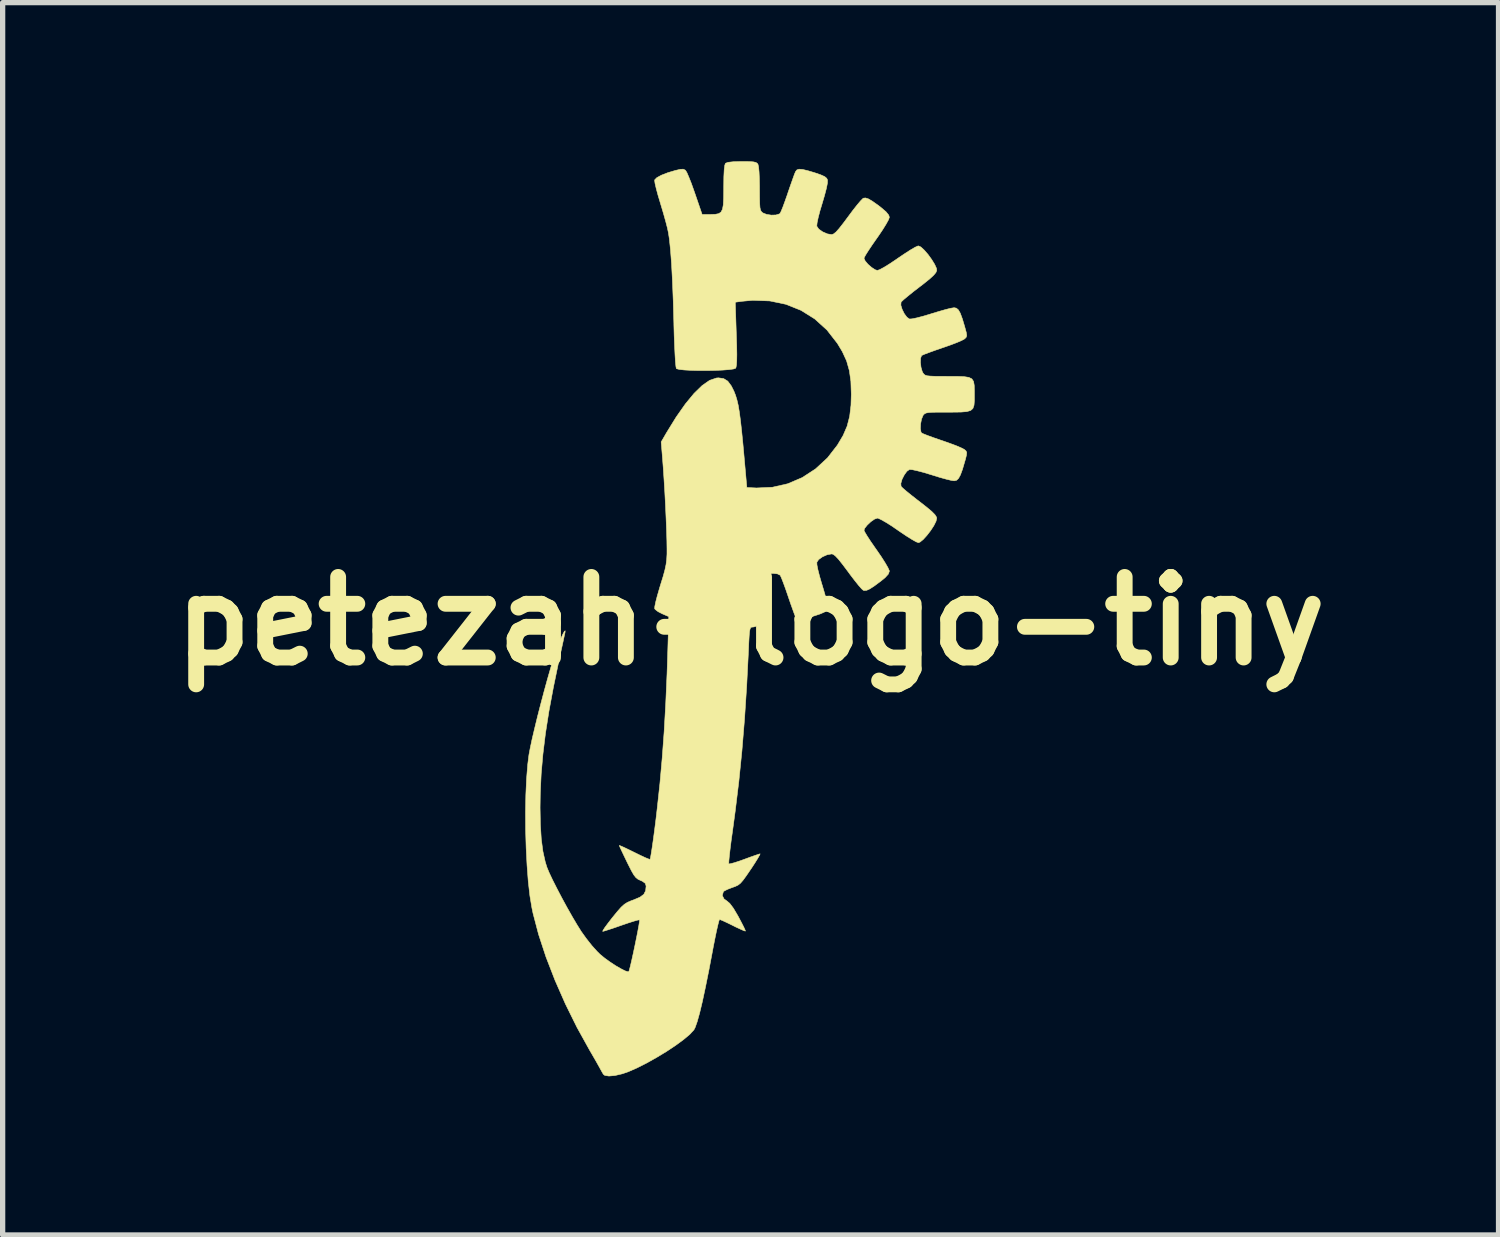
<source format=kicad_pcb>
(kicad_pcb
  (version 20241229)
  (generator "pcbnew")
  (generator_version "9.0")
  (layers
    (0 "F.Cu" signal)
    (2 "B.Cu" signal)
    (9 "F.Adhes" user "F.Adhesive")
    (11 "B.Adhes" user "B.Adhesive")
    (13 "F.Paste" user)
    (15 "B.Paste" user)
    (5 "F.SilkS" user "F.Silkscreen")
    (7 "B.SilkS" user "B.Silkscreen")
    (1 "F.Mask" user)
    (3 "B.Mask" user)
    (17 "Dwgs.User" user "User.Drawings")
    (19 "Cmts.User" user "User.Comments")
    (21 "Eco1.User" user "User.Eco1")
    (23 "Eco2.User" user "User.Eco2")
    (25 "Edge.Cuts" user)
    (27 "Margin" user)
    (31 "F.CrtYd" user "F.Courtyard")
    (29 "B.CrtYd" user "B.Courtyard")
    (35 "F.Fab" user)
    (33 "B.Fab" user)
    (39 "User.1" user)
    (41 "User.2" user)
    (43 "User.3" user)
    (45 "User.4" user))
  (footprint "petezah-logo-tiny"
    (layer "F.Cu")
    (at 11.147 8.697)
    (property "Reference" "petezah-logo-tiny" (at 0 0 0) (layer "F.SilkS") (effects (font (size 1.524 1.524) (thickness 0.3))))
    (attr through_hole)
    (fp_poly (pts (xy -0.036 -8.691) (xy 0.048 -8.686) (xy 0.099 -8.675) (xy 0.127 -8.657) (xy 0.14 -8.638) (xy 0.151 -8.59) (xy 0.16 -8.498) (xy 0.166 -8.372) (xy 0.169 -8.223) (xy 0.169 -8.174) (xy 0.17 -8.014) (xy 0.172 -7.9) (xy 0.177 -7.824) (xy 0.187 -7.776) (xy 0.202 -7.747) (xy 0.224 -7.726) (xy 0.232 -7.72) (xy 0.302 -7.692) (xy 0.392 -7.678) (xy 0.48 -7.681) (xy 0.545 -7.701) (xy 0.558 -7.712) (xy 0.578 -7.751) (xy 0.611 -7.832) (xy 0.652 -7.944) (xy 0.699 -8.077) (xy 0.706 -8.1) (xy 0.753 -8.236) (xy 0.795 -8.355) (xy 0.828 -8.447) (xy 0.849 -8.498) (xy 0.851 -8.502) (xy 0.877 -8.534) (xy 0.918 -8.547) (xy 0.984 -8.542) (xy 1.084 -8.518) (xy 1.212 -8.48) (xy 1.328 -8.44) (xy 1.401 -8.407) (xy 1.44 -8.375) (xy 1.455 -8.342) (xy 1.454 -8.286) (xy 1.434 -8.185) (xy 1.398 -8.048) (xy 1.355 -7.902) (xy 1.312 -7.759) (xy 1.279 -7.632) (xy 1.258 -7.533) (xy 1.252 -7.474) (xy 1.253 -7.467) (xy 1.29 -7.413) (xy 1.363 -7.362) (xy 1.453 -7.323) (xy 1.534 -7.31) (xy 1.568 -7.321) (xy 1.614 -7.357) (xy 1.675 -7.425) (xy 1.758 -7.531) (xy 1.843 -7.645) (xy 1.932 -7.765) (xy 2.014 -7.869) (xy 2.08 -7.947) (xy 2.123 -7.991) (xy 2.132 -7.998) (xy 2.173 -8.003) (xy 2.227 -7.986) (xy 2.301 -7.943) (xy 2.406 -7.869) (xy 2.462 -7.826) (xy 2.561 -7.742) (xy 2.613 -7.678) (xy 2.625 -7.637) (xy 2.609 -7.591) (xy 2.565 -7.511) (xy 2.499 -7.404) (xy 2.417 -7.282) (xy 2.385 -7.237) (xy 2.3 -7.115) (xy 2.228 -7.007) (xy 2.175 -6.923) (xy 2.148 -6.872) (xy 2.145 -6.862) (xy 2.167 -6.812) (xy 2.22 -6.749) (xy 2.29 -6.688) (xy 2.358 -6.644) (xy 2.399 -6.632) (xy 2.444 -6.648) (xy 2.524 -6.691) (xy 2.629 -6.756) (xy 2.749 -6.836) (xy 2.789 -6.864) (xy 2.912 -6.947) (xy 3.022 -7.018) (xy 3.109 -7.069) (xy 3.164 -7.094) (xy 3.174 -7.096) (xy 3.221 -7.075) (xy 3.285 -7.016) (xy 3.357 -6.933) (xy 3.425 -6.839) (xy 3.481 -6.748) (xy 3.516 -6.671) (xy 3.521 -6.632) (xy 3.505 -6.592) (xy 3.461 -6.54) (xy 3.384 -6.469) (xy 3.267 -6.375) (xy 3.192 -6.318) (xy 3.074 -6.227) (xy 2.973 -6.145) (xy 2.895 -6.08) (xy 2.851 -6.038) (xy 2.846 -6.03) (xy 2.842 -5.975) (xy 2.866 -5.897) (xy 2.907 -5.814) (xy 2.957 -5.747) (xy 3.005 -5.713) (xy 3.052 -5.716) (xy 3.141 -5.734) (xy 3.259 -5.765) (xy 3.395 -5.805) (xy 3.419 -5.813) (xy 3.558 -5.855) (xy 3.684 -5.891) (xy 3.783 -5.916) (xy 3.844 -5.926) (xy 3.849 -5.927) (xy 3.893 -5.918) (xy 3.931 -5.885) (xy 3.967 -5.821) (xy 4.005 -5.718) (xy 4.05 -5.568) (xy 4.053 -5.556) (xy 4.079 -5.461) (xy 4.088 -5.405) (xy 4.08 -5.371) (xy 4.055 -5.344) (xy 4.044 -5.335) (xy 3.996 -5.309) (xy 3.907 -5.27) (xy 3.787 -5.224) (xy 3.65 -5.176) (xy 3.623 -5.167) (xy 3.487 -5.12) (xy 3.371 -5.078) (xy 3.284 -5.045) (xy 3.238 -5.024) (xy 3.234 -5.021) (xy 3.216 -4.973) (xy 3.213 -4.893) (xy 3.223 -4.802) (xy 3.246 -4.722) (xy 3.26 -4.694) (xy 3.279 -4.669) (xy 3.303 -4.651) (xy 3.342 -4.639) (xy 3.404 -4.633) (xy 3.5 -4.629) (xy 3.638 -4.629) (xy 3.724 -4.628) (xy 3.905 -4.628) (xy 4.037 -4.623) (xy 4.128 -4.609) (xy 4.185 -4.581) (xy 4.217 -4.533) (xy 4.23 -4.46) (xy 4.233 -4.358) (xy 4.233 -4.29) (xy 4.233 -4.17) (xy 4.226 -4.082) (xy 4.205 -4.021) (xy 4.162 -3.983) (xy 4.09 -3.962) (xy 3.98 -3.953) (xy 3.826 -3.951) (xy 3.724 -3.951) (xy 3.562 -3.951) (xy 3.446 -3.949) (xy 3.369 -3.944) (xy 3.32 -3.935) (xy 3.29 -3.92) (xy 3.269 -3.899) (xy 3.26 -3.885) (xy 3.233 -3.818) (xy 3.216 -3.73) (xy 3.212 -3.642) (xy 3.223 -3.576) (xy 3.234 -3.558) (xy 3.269 -3.541) (xy 3.347 -3.51) (xy 3.457 -3.47) (xy 3.589 -3.424) (xy 3.623 -3.413) (xy 3.762 -3.364) (xy 3.886 -3.318) (xy 3.982 -3.277) (xy 4.039 -3.248) (xy 4.044 -3.245) (xy 4.075 -3.217) (xy 4.088 -3.187) (xy 4.083 -3.139) (xy 4.063 -3.057) (xy 4.053 -3.024) (xy 4.008 -2.87) (xy 3.969 -2.764) (xy 3.933 -2.698) (xy 3.896 -2.663) (xy 3.852 -2.653) (xy 3.849 -2.653) (xy 3.795 -2.661) (xy 3.7 -2.684) (xy 3.577 -2.718) (xy 3.439 -2.761) (xy 3.419 -2.767) (xy 3.281 -2.809) (xy 3.159 -2.841) (xy 3.065 -2.862) (xy 3.009 -2.867) (xy 3.005 -2.867) (xy 2.956 -2.832) (xy 2.907 -2.764) (xy 2.865 -2.682) (xy 2.842 -2.603) (xy 2.846 -2.549) (xy 2.876 -2.517) (xy 2.943 -2.459) (xy 3.038 -2.382) (xy 3.151 -2.293) (xy 3.192 -2.262) (xy 3.33 -2.154) (xy 3.427 -2.073) (xy 3.487 -2.012) (xy 3.516 -1.966) (xy 3.521 -1.947) (xy 3.508 -1.889) (xy 3.467 -1.806) (xy 3.406 -1.712) (xy 3.335 -1.62) (xy 3.265 -1.543) (xy 3.205 -1.494) (xy 3.174 -1.483) (xy 3.131 -1.499) (xy 3.053 -1.543) (xy 2.949 -1.608) (xy 2.83 -1.688) (xy 2.789 -1.716) (xy 2.667 -1.8) (xy 2.555 -1.87) (xy 2.466 -1.92) (xy 2.409 -1.946) (xy 2.399 -1.947) (xy 2.344 -1.928) (xy 2.274 -1.879) (xy 2.207 -1.816) (xy 2.158 -1.755) (xy 2.145 -1.717) (xy 2.161 -1.682) (xy 2.204 -1.61) (xy 2.268 -1.511) (xy 2.349 -1.394) (xy 2.385 -1.343) (xy 2.471 -1.218) (xy 2.543 -1.105) (xy 2.596 -1.014) (xy 2.623 -0.954) (xy 2.625 -0.943) (xy 2.605 -0.888) (xy 2.543 -0.82) (xy 2.462 -0.754) (xy 2.342 -0.665) (xy 2.256 -0.609) (xy 2.195 -0.581) (xy 2.149 -0.577) (xy 2.132 -0.582) (xy 2.1 -0.61) (xy 2.043 -0.675) (xy 1.967 -0.77) (xy 1.88 -0.884) (xy 1.843 -0.935) (xy 1.739 -1.073) (xy 1.661 -1.171) (xy 1.603 -1.232) (xy 1.561 -1.263) (xy 1.534 -1.27) (xy 1.447 -1.254) (xy 1.359 -1.215) (xy 1.287 -1.163) (xy 1.253 -1.112) (xy 1.255 -1.063) (xy 1.273 -0.972) (xy 1.304 -0.85) (xy 1.345 -0.709) (xy 1.355 -0.677) (xy 1.403 -0.515) (xy 1.437 -0.382) (xy 1.455 -0.285) (xy 1.455 -0.238) (xy 1.437 -0.201) (xy 1.395 -0.169) (xy 1.319 -0.136) (xy 1.212 -0.1) (xy 1.072 -0.058) (xy 0.976 -0.036) (xy 0.913 -0.033) (xy 0.873 -0.048) (xy 0.851 -0.078) (xy 0.832 -0.122) (xy 0.801 -0.208) (xy 0.759 -0.325) (xy 0.713 -0.459) (xy 0.706 -0.48) (xy 0.66 -0.614) (xy 0.617 -0.731) (xy 0.583 -0.818) (xy 0.561 -0.865) (xy 0.558 -0.868) (xy 0.507 -0.893) (xy 0.424 -0.902) (xy 0.332 -0.894) (xy 0.253 -0.871) (xy 0.232 -0.859) (xy 0.207 -0.839) (xy 0.19 -0.812) (xy 0.179 -0.769) (xy 0.173 -0.7) (xy 0.17 -0.595) (xy 0.169 -0.444) (xy 0.169 -0.424) (xy 0.167 -0.233) (xy 0.16 -0.091) (xy 0.147 0.007) (xy 0.125 0.07) (xy 0.093 0.103) (xy 0.051 0.113) (xy 0.047 0.113) (xy 0.021 0.114) (xy 0.003 0.124) (xy -0.01 0.15) (xy -0.02 0.2) (xy -0.027 0.284) (xy -0.034 0.408) (xy -0.04 0.557) (xy -0.074 1.23) (xy -0.115 1.858) (xy -0.164 2.455) (xy -0.222 3.03) (xy -0.291 3.597) (xy -0.342 3.975) (xy -0.367 4.152) (xy -0.387 4.311) (xy -0.402 4.442) (xy -0.411 4.537) (xy -0.413 4.587) (xy -0.412 4.593) (xy -0.38 4.59) (xy -0.308 4.571) (xy -0.206 4.538) (xy -0.117 4.506) (xy -0.001 4.463) (xy 0.096 4.429) (xy 0.16 4.408) (xy 0.18 4.403) (xy 0.172 4.424) (xy 0.138 4.484) (xy 0.083 4.573) (xy 0.012 4.682) (xy 0.002 4.696) (xy -0.082 4.819) (xy -0.144 4.904) (xy -0.193 4.96) (xy -0.24 4.996) (xy -0.293 5.021) (xy -0.345 5.039) (xy -0.431 5.072) (xy -0.494 5.103) (xy -0.515 5.119) (xy -0.535 5.191) (xy -0.502 5.256) (xy -0.454 5.29) (xy -0.395 5.339) (xy -0.325 5.432) (xy -0.241 5.574) (xy -0.23 5.594) (xy -0.173 5.702) (xy -0.128 5.79) (xy -0.102 5.848) (xy -0.098 5.864) (xy -0.125 5.857) (xy -0.191 5.828) (xy -0.284 5.785) (xy -0.335 5.759) (xy -0.439 5.708) (xy -0.523 5.669) (xy -0.576 5.647) (xy -0.587 5.644) (xy -0.599 5.671) (xy -0.618 5.745) (xy -0.644 5.858) (xy -0.674 6.003) (xy -0.707 6.17) (xy -0.718 6.23) (xy -0.789 6.604) (xy -0.854 6.926) (xy -0.912 7.197) (xy -0.964 7.414) (xy -1.01 7.578) (xy -1.049 7.688) (xy -1.072 7.732) (xy -1.149 7.816) (xy -1.268 7.916) (xy -1.419 8.027) (xy -1.592 8.142) (xy -1.779 8.255) (xy -1.968 8.361) (xy -2.15 8.453) (xy -2.315 8.525) (xy -2.425 8.563) (xy -2.566 8.596) (xy -2.679 8.606) (xy -2.757 8.594) (xy -2.785 8.572) (xy -2.813 8.524) (xy -2.851 8.455) (xy -2.852 8.453) (xy -2.886 8.392) (xy -2.939 8.298) (xy -3.004 8.186) (xy -3.046 8.114) (xy -3.283 7.686) (xy -3.502 7.243) (xy -3.699 6.795) (xy -3.87 6.353) (xy -4.01 5.927) (xy -4.115 5.527) (xy -4.136 5.426) (xy -4.174 5.199) (xy -4.205 4.927) (xy -4.228 4.622) (xy -4.245 4.294) (xy -4.255 3.955) (xy -4.257 3.616) (xy -4.251 3.288) (xy -4.237 2.982) (xy -4.215 2.71) (xy -4.192 2.528) (xy -4.168 2.401) (xy -4.132 2.231) (xy -4.084 2.028) (xy -4.029 1.802) (xy -3.968 1.565) (xy -3.905 1.327) (xy -3.842 1.098) (xy -3.782 0.889) (xy -3.728 0.71) (xy -3.708 0.649) (xy -3.666 0.528) (xy -3.623 0.415) (xy -3.582 0.316) (xy -3.547 0.24) (xy -3.521 0.193) (xy -3.507 0.184) (xy -3.51 0.219) (xy -3.512 0.226) (xy -3.523 0.277) (xy -3.543 0.372) (xy -3.571 0.5) (xy -3.604 0.649) (xy -3.625 0.748) (xy -3.729 1.248) (xy -3.814 1.704) (xy -3.88 2.125) (xy -3.928 2.518) (xy -3.961 2.893) (xy -3.978 3.259) (xy -3.982 3.528) (xy -3.976 3.85) (xy -3.959 4.124) (xy -3.928 4.357) (xy -3.884 4.555) (xy -3.852 4.658) (xy -3.811 4.757) (xy -3.747 4.893) (xy -3.665 5.055) (xy -3.572 5.233) (xy -3.473 5.415) (xy -3.374 5.59) (xy -3.281 5.747) (xy -3.201 5.875) (xy -3.106 6.007) (xy -3.001 6.14) (xy -2.899 6.253) (xy -2.847 6.304) (xy -2.762 6.374) (xy -2.661 6.447) (xy -2.555 6.517) (xy -2.455 6.575) (xy -2.372 6.617) (xy -2.318 6.634) (xy -2.304 6.632) (xy -2.293 6.599) (xy -2.273 6.523) (xy -2.248 6.415) (xy -2.219 6.284) (xy -2.189 6.143) (xy -2.16 6.001) (xy -2.134 5.87) (xy -2.114 5.761) (xy -2.102 5.685) (xy -2.1 5.652) (xy -2.1 5.652) (xy -2.13 5.655) (xy -2.203 5.675) (xy -2.307 5.708) (xy -2.433 5.751) (xy -2.442 5.754) (xy -2.57 5.799) (xy -2.679 5.835) (xy -2.758 5.86) (xy -2.796 5.87) (xy -2.797 5.87) (xy -2.791 5.85) (xy -2.755 5.794) (xy -2.694 5.712) (xy -2.616 5.611) (xy -2.61 5.604) (xy -2.517 5.49) (xy -2.447 5.411) (xy -2.388 5.358) (xy -2.33 5.321) (xy -2.261 5.291) (xy -2.211 5.273) (xy -2.093 5.223) (xy -2.02 5.169) (xy -1.985 5.1) (xy -1.976 5.012) (xy -1.992 4.961) (xy -2.048 4.92) (xy -2.082 4.906) (xy -2.13 4.883) (xy -2.17 4.851) (xy -2.209 4.801) (xy -2.255 4.721) (xy -2.315 4.603) (xy -2.336 4.56) (xy -2.393 4.442) (xy -2.44 4.343) (xy -2.472 4.274) (xy -2.484 4.245) (xy -2.484 4.245) (xy -2.46 4.252) (xy -2.396 4.28) (xy -2.302 4.325) (xy -2.198 4.376) (xy -2.084 4.432) (xy -1.99 4.476) (xy -1.925 4.502) (xy -1.902 4.508) (xy -1.893 4.475) (xy -1.879 4.394) (xy -1.86 4.272) (xy -1.838 4.118) (xy -1.814 3.938) (xy -1.789 3.74) (xy -1.766 3.542) (xy -1.715 3.072) (xy -1.672 2.592) (xy -1.635 2.092) (xy -1.605 1.562) (xy -1.58 0.992) (xy -1.565 0.529) (xy -1.547 -0.084) (xy -1.672 -0.138) (xy -1.75 -0.178) (xy -1.803 -0.219) (xy -1.814 -0.234) (xy -1.812 -0.275) (xy -1.795 -0.359) (xy -1.765 -0.475) (xy -1.725 -0.613) (xy -1.706 -0.677) (xy -1.655 -0.841) (xy -1.621 -0.966) (xy -1.599 -1.069) (xy -1.587 -1.163) (xy -1.581 -1.266) (xy -1.581 -1.364) (xy -1.583 -1.515) (xy -1.589 -1.71) (xy -1.598 -1.936) (xy -1.609 -2.181) (xy -1.622 -2.431) (xy -1.637 -2.675) (xy -1.652 -2.9) (xy -1.665 -3.07) (xy -1.691 -3.388) (xy -1.589 -3.564) (xy -1.407 -3.859) (xy -1.233 -4.107) (xy -1.069 -4.306) (xy -0.916 -4.455) (xy -0.775 -4.553) (xy -0.646 -4.597) (xy -0.607 -4.6) (xy -0.51 -4.586) (xy -0.432 -4.538) (xy -0.365 -4.448) (xy -0.314 -4.346) (xy -0.284 -4.269) (xy -0.258 -4.183) (xy -0.234 -4.081) (xy -0.213 -3.955) (xy -0.192 -3.798) (xy -0.17 -3.603) (xy -0.146 -3.363) (xy -0.131 -3.201) (xy -0.071 -2.526) (xy 0.113 -2.517) (xy 0.413 -2.531) (xy 0.703 -2.597) (xy 0.977 -2.714) (xy 1.229 -2.878) (xy 1.455 -3.087) (xy 1.642 -3.328) (xy 1.75 -3.51) (xy 1.826 -3.686) (xy 1.874 -3.872) (xy 1.899 -4.082) (xy 1.905 -4.29) (xy 1.897 -4.533) (xy 1.868 -4.738) (xy 1.816 -4.921) (xy 1.735 -5.097) (xy 1.642 -5.252) (xy 1.444 -5.506) (xy 1.213 -5.715) (xy 0.954 -5.877) (xy 0.67 -5.991) (xy 0.364 -6.055) (xy 0.042 -6.067) (xy -0.155 -6.049) (xy -0.29 -6.031) (xy -0.27 -5.427) (xy -0.263 -5.211) (xy -0.26 -5.046) (xy -0.262 -4.926) (xy -0.267 -4.845) (xy -0.276 -4.798) (xy -0.283 -4.782) (xy -0.323 -4.768) (xy -0.408 -4.756) (xy -0.527 -4.747) (xy -0.67 -4.741) (xy -0.825 -4.738) (xy -0.981 -4.738) (xy -1.127 -4.742) (xy -1.253 -4.749) (xy -1.347 -4.759) (xy -1.399 -4.773) (xy -1.404 -4.777) (xy -1.412 -4.814) (xy -1.421 -4.901) (xy -1.429 -5.031) (xy -1.437 -5.197) (xy -1.445 -5.394) (xy -1.451 -5.613) (xy -1.451 -5.63) (xy -1.463 -6.061) (xy -1.478 -6.437) (xy -1.495 -6.758) (xy -1.515 -7.023) (xy -1.537 -7.232) (xy -1.555 -7.348) (xy -1.574 -7.437) (xy -1.607 -7.564) (xy -1.649 -7.714) (xy -1.696 -7.871) (xy -1.707 -7.908) (xy -1.75 -8.051) (xy -1.784 -8.177) (xy -1.807 -8.275) (xy -1.815 -8.334) (xy -1.814 -8.345) (xy -1.774 -8.386) (xy -1.688 -8.433) (xy -1.567 -8.48) (xy -1.42 -8.524) (xy -1.418 -8.524) (xy -1.328 -8.545) (xy -1.274 -8.547) (xy -1.239 -8.531) (xy -1.228 -8.521) (xy -1.204 -8.481) (xy -1.168 -8.397) (xy -1.122 -8.282) (xy -1.073 -8.145) (xy -1.052 -8.085) (xy -0.917 -7.691) (xy -0.752 -7.691) (xy -0.666 -7.694) (xy -0.603 -7.706) (xy -0.56 -7.735) (xy -0.532 -7.788) (xy -0.516 -7.873) (xy -0.51 -7.998) (xy -0.508 -8.171) (xy -0.508 -8.212) (xy -0.506 -8.402) (xy -0.499 -8.538) (xy -0.488 -8.623) (xy -0.474 -8.659) (xy -0.426 -8.677) (xy -0.326 -8.688) (xy -0.18 -8.692) (xy -0.165 -8.692) (xy -0.036 -8.691)) (stroke (width 0.01) (type solid)) (fill yes) (layer "F.SilkS")))
  (gr_rect
    (start -3 -3)
    (end 25.294 20.309)
    (stroke (width 0.1) (type default))
    (fill no)
    (layer "Edge.Cuts")))
</source>
